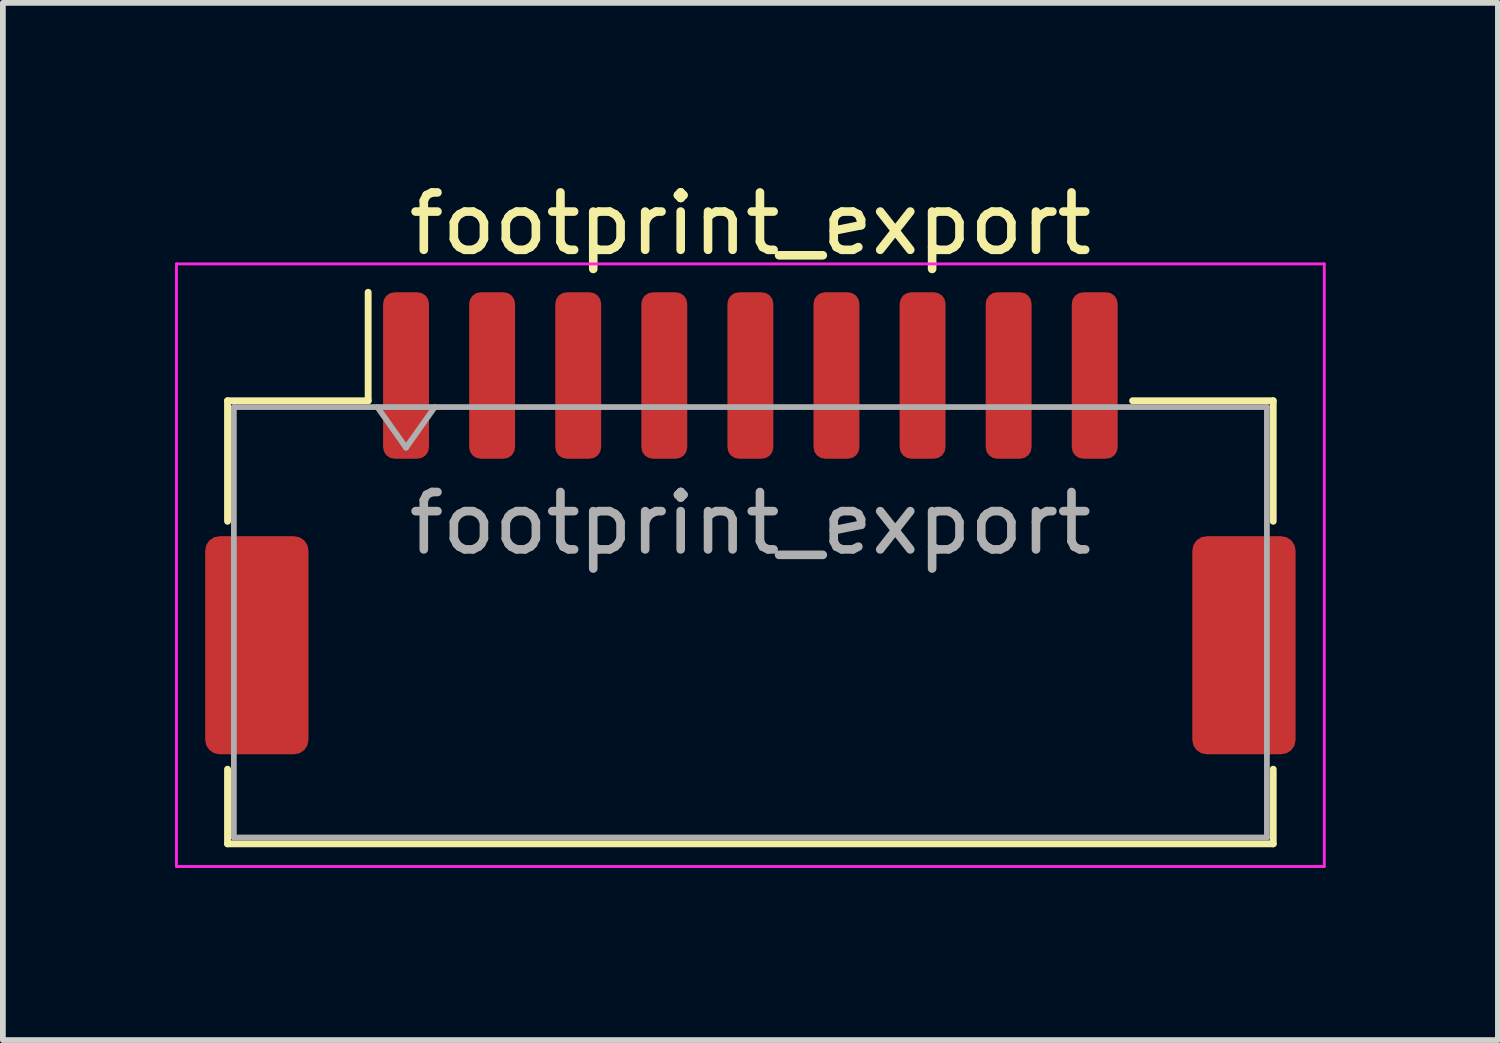
<source format=kicad_pcb>
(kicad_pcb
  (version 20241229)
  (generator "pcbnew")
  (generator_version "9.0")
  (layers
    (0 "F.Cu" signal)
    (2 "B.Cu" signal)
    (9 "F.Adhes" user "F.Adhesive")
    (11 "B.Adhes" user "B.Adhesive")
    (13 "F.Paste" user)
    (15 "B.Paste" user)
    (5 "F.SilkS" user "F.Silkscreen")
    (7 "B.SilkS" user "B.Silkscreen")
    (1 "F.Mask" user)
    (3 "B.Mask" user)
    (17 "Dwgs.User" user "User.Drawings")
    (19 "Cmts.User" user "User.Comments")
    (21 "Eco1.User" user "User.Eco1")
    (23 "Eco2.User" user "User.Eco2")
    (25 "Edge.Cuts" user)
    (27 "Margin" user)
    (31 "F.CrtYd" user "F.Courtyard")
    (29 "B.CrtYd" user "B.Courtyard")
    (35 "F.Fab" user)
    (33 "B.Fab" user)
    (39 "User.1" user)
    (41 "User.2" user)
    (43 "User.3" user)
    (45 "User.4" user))
  (footprint "footprint_export"
    (layer "F.Cu")
    (at 10.025 6.068)
    (property "Reference" "footprint_export" (at 0 -5.22 0) (layer "F.SilkS") (effects (font (size 1 1) (thickness 0.15))))
    (attr smd)
    (fp_line (start -9.11 -2.135) (end -6.66 -2.135) (stroke (width 0.12) (type solid)) (layer "F.SilkS"))
    (fp_line (start -9.11 -0.035) (end -9.11 -2.135) (stroke (width 0.12) (type solid)) (layer "F.SilkS"))
    (fp_line (start -9.11 4.285) (end -9.11 5.585) (stroke (width 0.12) (type solid)) (layer "F.SilkS"))
    (fp_line (start -9.11 5.585) (end 9.11 5.585) (stroke (width 0.12) (type solid)) (layer "F.SilkS"))
    (fp_line (start -6.66 -2.135) (end -6.66 -4.025) (stroke (width 0.12) (type solid)) (layer "F.SilkS"))
    (fp_line (start 9.11 -2.135) (end 6.66 -2.135) (stroke (width 0.12) (type solid)) (layer "F.SilkS"))
    (fp_line (start 9.11 -0.035) (end 9.11 -2.135) (stroke (width 0.12) (type solid)) (layer "F.SilkS"))
    (fp_line (start 9.11 5.585) (end 9.11 4.285) (stroke (width 0.12) (type solid)) (layer "F.SilkS"))
    (fp_line (start -10 -4.52) (end -10 5.98) (stroke (width 0.05) (type solid)) (layer "F.CrtYd"))
    (fp_line (start -10 5.98) (end 10 5.98) (stroke (width 0.05) (type solid)) (layer "F.CrtYd"))
    (fp_line (start 10 -4.52) (end -10 -4.52) (stroke (width 0.05) (type solid)) (layer "F.CrtYd"))
    (fp_line (start 10 5.98) (end 10 -4.52) (stroke (width 0.05) (type solid)) (layer "F.CrtYd"))
    (fp_line (start -9 -2.025) (end -9 5.475) (stroke (width 0.1) (type solid)) (layer "F.Fab"))
    (fp_line (start -9 -2.025) (end 9 -2.025) (stroke (width 0.1) (type solid)) (layer "F.Fab"))
    (fp_line (start -9 5.475) (end 9 5.475) (stroke (width 0.1) (type solid)) (layer "F.Fab"))
    (fp_line (start -6.5 -2.025) (end -6 -1.318) (stroke (width 0.1) (type solid)) (layer "F.Fab"))
    (fp_line (start -6 -1.318) (end -5.5 -2.025) (stroke (width 0.1) (type solid)) (layer "F.Fab"))
    (fp_line (start 9 -2.025) (end 9 5.475) (stroke (width 0.1) (type solid)) (layer "F.Fab"))
    (fp_text user "${REFERENCE}" (at 0 0 0) (layer "F.Fab") (effects (font (size 1 1) (thickness 0.15))))
    (pad "1" smd roundrect (at -6 -2.575) (size 0.8 2.9) (layers "F.Cu" "F.Mask" "F.Paste") (roundrect_rratio 0.25))
    (pad "2" smd roundrect (at -4.5 -2.575) (size 0.8 2.9) (layers "F.Cu" "F.Mask" "F.Paste") (roundrect_rratio 0.25))
    (pad "3" smd roundrect (at -3 -2.575) (size 0.8 2.9) (layers "F.Cu" "F.Mask" "F.Paste") (roundrect_rratio 0.25))
    (pad "4" smd roundrect (at -1.5 -2.575) (size 0.8 2.9) (layers "F.Cu" "F.Mask" "F.Paste") (roundrect_rratio 0.25))
    (pad "5" smd roundrect (at 0 -2.575) (size 0.8 2.9) (layers "F.Cu" "F.Mask" "F.Paste") (roundrect_rratio 0.25))
    (pad "6" smd roundrect (at 1.5 -2.575) (size 0.8 2.9) (layers "F.Cu" "F.Mask" "F.Paste") (roundrect_rratio 0.25))
    (pad "7" smd roundrect (at 3 -2.575) (size 0.8 2.9) (layers "F.Cu" "F.Mask" "F.Paste") (roundrect_rratio 0.25))
    (pad "8" smd roundrect (at 4.5 -2.575) (size 0.8 2.9) (layers "F.Cu" "F.Mask" "F.Paste") (roundrect_rratio 0.25))
    (pad "9" smd roundrect (at 6 -2.575) (size 0.8 2.9) (layers "F.Cu" "F.Mask" "F.Paste") (roundrect_rratio 0.25))
    (pad "MP" smd roundrect (at -8.6 2.125) (size 1.8 3.8) (layers "F.Cu" "F.Mask" "F.Paste") (roundrect_rratio 0.139))
    (pad "MP" smd roundrect (at 8.6 2.125) (size 1.8 3.8) (layers "F.Cu" "F.Mask" "F.Paste") (roundrect_rratio 0.139)))
  (gr_rect
    (start -3 -3)
    (end 23.05 15.073)
    (stroke (width 0.1) (type default))
    (fill no)
    (layer "Edge.Cuts")))
</source>
